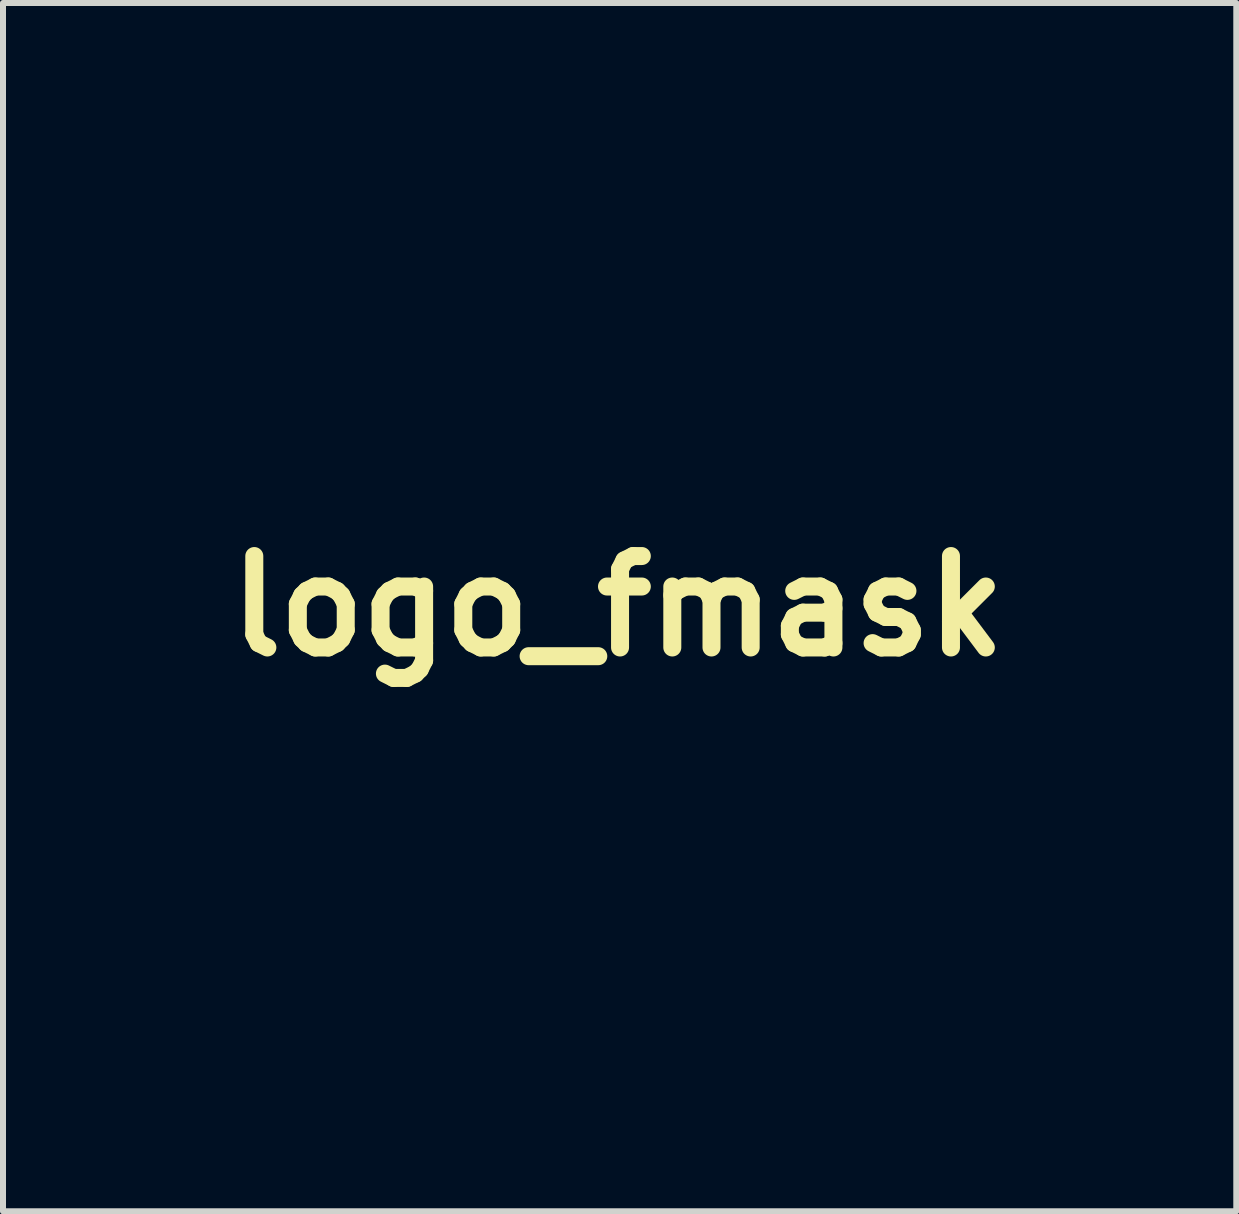
<source format=kicad_pcb>
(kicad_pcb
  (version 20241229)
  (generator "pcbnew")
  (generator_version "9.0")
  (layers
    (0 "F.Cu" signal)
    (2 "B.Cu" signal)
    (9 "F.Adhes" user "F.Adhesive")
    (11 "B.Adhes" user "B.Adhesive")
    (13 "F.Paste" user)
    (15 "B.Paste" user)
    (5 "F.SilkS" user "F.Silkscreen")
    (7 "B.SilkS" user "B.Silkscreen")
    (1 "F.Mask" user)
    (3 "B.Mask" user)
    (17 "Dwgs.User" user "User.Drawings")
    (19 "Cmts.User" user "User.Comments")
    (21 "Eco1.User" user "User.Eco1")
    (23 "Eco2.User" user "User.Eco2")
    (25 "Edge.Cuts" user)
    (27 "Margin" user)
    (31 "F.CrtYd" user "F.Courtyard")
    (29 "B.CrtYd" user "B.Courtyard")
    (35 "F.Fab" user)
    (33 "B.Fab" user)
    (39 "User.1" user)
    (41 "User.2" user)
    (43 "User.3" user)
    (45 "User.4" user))
  (footprint "logo_fmask"
    (layer "F.Cu")
    (at 7.248 7.052)
    (property "Reference" "logo_fmask" (at 0 0 0) (layer "F.SilkS") (effects (font (size 1.524 1.524) (thickness 0.3))))
    (attr through_hole)
    (fp_poly (pts (xy 4.318 2.794) (xy -4.318 2.794) (xy -4.318 2.095) (xy 4.318 2.095) (xy 4.318 2.794)) (stroke (width 0.01) (type solid)) (fill yes) (layer "F.Mask"))
    (fp_poly (pts (xy 4.381 -1.651) (xy -4.318 -1.651) (xy -4.318 -2.349) (xy 4.381 -2.349) (xy 4.381 -1.651)) (stroke (width 0.01) (type solid)) (fill yes) (layer "F.Mask"))
    (fp_poly (pts (xy 4.381 -0.572) (xy -4.255 -0.572) (xy -4.255 -1.27) (xy 4.381 -1.27) (xy 4.381 -0.572)) (stroke (width 0.01) (type solid)) (fill yes) (layer "F.Mask"))
    (fp_poly (pts (xy 4.381 0.635) (xy -4.318 0.635) (xy -4.318 -0.127) (xy 4.381 -0.127) (xy 4.381 0.635)) (stroke (width 0.01) (type solid)) (fill yes) (layer "F.Mask"))
    (fp_poly (pts (xy 4.381 1.651) (xy -4.318 1.651) (xy -4.318 0.953) (xy 4.381 0.953) (xy 4.381 1.651)) (stroke (width 0.01) (type solid)) (fill yes) (layer "F.Mask"))
    (fp_poly (pts (xy -5.016 5.905) (xy -4.381 5.905) (xy -4.381 5.207) (xy -3.873 5.207) (xy -3.873 7.048) (xy -4.381 7.048) (xy -4.381 6.35) (xy -5.016 6.35) (xy -5.016 7.048) (xy -5.524 7.048) (xy -5.524 5.207) (xy -5.016 5.207) (xy -5.016 5.905)) (stroke (width 0.01) (type solid)) (fill yes) (layer "F.Mask"))
    (fp_poly (pts (xy -5.652 5.397) (xy -5.662 5.52) (xy -5.716 5.574) (xy -5.851 5.588) (xy -5.905 5.588) (xy -6.16 5.588) (xy -6.16 7.048) (xy -6.604 7.048) (xy -6.604 5.588) (xy -6.858 5.588) (xy -7.021 5.58) (xy -7.093 5.54) (xy -7.112 5.438) (xy -7.112 5.397) (xy -7.112 5.207) (xy -5.652 5.207) (xy -5.652 5.397)) (stroke (width 0.01) (type solid)) (fill yes) (layer "F.Mask"))
    (fp_poly (pts (xy 0.135 -5.302) (xy 0.321 -5.245) (xy 0.602 -5.154) (xy 0.965 -5.032) (xy 1.398 -4.884) (xy 1.888 -4.713) (xy 2.423 -4.524) (xy 2.889 -4.358) (xy 5.62 -3.381) (xy 5.636 0.278) (xy 5.653 3.937) (xy -5.524 3.937) (xy -5.523 -2.731) (xy -4.636 -2.731) (xy -4.636 3.175) (xy 4.699 3.175) (xy 4.699 -2.731) (xy -4.636 -2.731) (xy -5.523 -2.731) (xy -5.523 -3.397) (xy -2.786 -4.35) (xy -2.221 -4.546) (xy -1.692 -4.729) (xy -1.209 -4.895) (xy -0.787 -5.04) (xy -0.436 -5.159) (xy -0.17 -5.248) (xy -0.002 -5.302) (xy 0.055 -5.319) (xy 0.135 -5.302)) (stroke (width 0.01) (type solid)) (fill yes) (layer "F.Mask"))
    (fp_poly (pts (xy 7.239 5.397) (xy 7.231 5.515) (xy 7.183 5.57) (xy 7.061 5.587) (xy 6.953 5.588) (xy 6.777 5.595) (xy 6.693 5.627) (xy 6.669 5.704) (xy 6.668 5.747) (xy 6.679 5.845) (xy 6.738 5.891) (xy 6.876 5.905) (xy 6.953 5.905) (xy 7.129 5.91) (xy 7.212 5.942) (xy 7.237 6.029) (xy 7.239 6.128) (xy 7.233 6.264) (xy 7.192 6.329) (xy 7.08 6.349) (xy 6.953 6.35) (xy 6.777 6.357) (xy 6.693 6.389) (xy 6.669 6.466) (xy 6.668 6.509) (xy 6.678 6.603) (xy 6.73 6.65) (xy 6.858 6.666) (xy 6.985 6.668) (xy 7.173 6.672) (xy 7.267 6.697) (xy 7.299 6.764) (xy 7.303 6.858) (xy 7.303 7.048) (xy 6.16 7.048) (xy 6.16 5.207) (xy 7.239 5.207) (xy 7.239 5.397)) (stroke (width 0.01) (type solid)) (fill yes) (layer "F.Mask"))
    (fp_poly (pts (xy -2.603 5.397) (xy -2.61 5.51) (xy -2.653 5.567) (xy -2.764 5.586) (xy -2.921 5.588) (xy -3.109 5.593) (xy -3.203 5.619) (xy -3.235 5.683) (xy -3.239 5.747) (xy -3.227 5.845) (xy -3.168 5.891) (xy -3.03 5.905) (xy -2.953 5.905) (xy -2.777 5.91) (xy -2.694 5.942) (xy -2.669 6.029) (xy -2.667 6.128) (xy -2.673 6.264) (xy -2.714 6.329) (xy -2.826 6.349) (xy -2.953 6.35) (xy -3.129 6.357) (xy -3.213 6.389) (xy -3.237 6.466) (xy -3.239 6.509) (xy -3.229 6.6) (xy -3.182 6.647) (xy -3.064 6.665) (xy -2.889 6.668) (xy -2.69 6.671) (xy -2.586 6.692) (xy -2.546 6.747) (xy -2.54 6.855) (xy -2.54 6.858) (xy -2.54 7.048) (xy -3.683 7.048) (xy -3.683 5.207) (xy -2.603 5.207) (xy -2.603 5.397)) (stroke (width 0.01) (type solid)) (fill yes) (layer "F.Mask"))
    (fp_poly (pts (xy 3.656 -5.809) (xy 4.302 -5.588) (xy 4.912 -5.379) (xy 5.475 -5.186) (xy 5.981 -5.013) (xy 6.419 -4.864) (xy 6.778 -4.741) (xy 7.049 -4.65) (xy 7.22 -4.592) (xy 7.282 -4.572) (xy 7.289 -4.512) (xy 7.296 -4.349) (xy 7.3 -4.105) (xy 7.302 -3.803) (xy 7.303 -3.715) (xy 7.303 -2.857) (xy 6.477 -2.857) (xy 6.477 -3.39) (xy 6.473 -3.659) (xy 6.458 -3.826) (xy 6.426 -3.92) (xy 6.373 -3.964) (xy 6.366 -3.968) (xy 6.286 -3.996) (xy 6.097 -4.061) (xy 5.811 -4.159) (xy 5.441 -4.285) (xy 4.997 -4.436) (xy 4.491 -4.608) (xy 3.936 -4.796) (xy 3.343 -4.997) (xy 3.153 -5.061) (xy 0.052 -6.111) (xy -3.149 -5.011) (xy -6.35 -3.911) (xy -6.35 -2.794) (xy -7.243 -2.794) (xy -7.225 -3.657) (xy -7.207 -4.52) (xy -3.578 -5.784) (xy 0.051 -7.047) (xy 3.656 -5.809)) (stroke (width 0.01) (type solid)) (fill yes) (layer "F.Mask"))
    (fp_poly (pts (xy -1.199 5.2) (xy -1.05 5.233) (xy -0.977 5.307) (xy -0.954 5.435) (xy -0.953 5.495) (xy -0.96 5.638) (xy -1.001 5.682) (xy -1.105 5.654) (xy -1.115 5.65) (xy -1.342 5.598) (xy -1.574 5.599) (xy -1.756 5.652) (xy -1.784 5.669) (xy -1.945 5.855) (xy -2.018 6.072) (xy -2.007 6.291) (xy -1.92 6.483) (xy -1.764 6.618) (xy -1.551 6.668) (xy -1.403 6.655) (xy -1.343 6.599) (xy -1.333 6.509) (xy -1.354 6.395) (xy -1.441 6.354) (xy -1.524 6.35) (xy -1.659 6.334) (xy -1.709 6.26) (xy -1.714 6.16) (xy -1.714 5.969) (xy -0.889 5.969) (xy -0.889 6.47) (xy -0.894 6.735) (xy -0.913 6.897) (xy -0.95 6.983) (xy -0.99 7.01) (xy -1.175 7.053) (xy -1.423 7.077) (xy -1.679 7.081) (xy -1.885 7.061) (xy -1.929 7.05) (xy -2.197 6.902) (xy -2.392 6.667) (xy -2.503 6.367) (xy -2.516 6.027) (xy -2.507 5.964) (xy -2.397 5.646) (xy -2.191 5.407) (xy -1.897 5.253) (xy -1.526 5.191) (xy -1.449 5.19) (xy -1.199 5.2)) (stroke (width 0.01) (type solid)) (fill yes) (layer "F.Mask"))
    (fp_poly (pts (xy 0.366 5.223) (xy 0.381 5.232) (xy 0.401 5.299) (xy 0.456 5.465) (xy 0.539 5.707) (xy 0.642 6.004) (xy 0.695 6.156) (xy 1.009 7.048) (xy 0.735 7.048) (xy 0.561 7.041) (xy 0.473 7) (xy 0.432 6.903) (xy 0.422 6.858) (xy 0.39 6.744) (xy 0.329 6.688) (xy 0.201 6.669) (xy 0.073 6.668) (xy -0.114 6.673) (xy -0.212 6.704) (xy -0.258 6.78) (xy -0.276 6.858) (xy -0.314 6.981) (xy -0.388 7.035) (xy -0.541 7.048) (xy -0.57 7.048) (xy -0.73 7.038) (xy -0.819 7.01) (xy -0.826 6.999) (xy -0.805 6.924) (xy -0.748 6.753) (xy -0.663 6.508) (xy -0.561 6.222) (xy -0.056 6.222) (xy -0.018 6.277) (xy 0.078 6.287) (xy 0.176 6.279) (xy 0.209 6.233) (xy 0.19 6.114) (xy 0.169 6.033) (xy 0.11 5.872) (xy 0.053 5.838) (xy -0.000467 5.931) (xy -0.038 6.082) (xy -0.056 6.222) (xy -0.561 6.222) (xy -0.558 6.213) (xy -0.515 6.094) (xy -0.204 5.239) (xy 0.089 5.219) (xy 0.261 5.214) (xy 0.366 5.223)) (stroke (width 0.01) (type solid)) (fill yes) (layer "F.Mask"))
    (fp_poly (pts (xy 5.683 5.198) (xy 5.847 5.234) (xy 5.924 5.299) (xy 5.953 5.432) (xy 5.957 5.486) (xy 5.964 5.642) (xy 5.938 5.698) (xy 5.867 5.683) (xy 5.862 5.681) (xy 5.726 5.642) (xy 5.533 5.609) (xy 5.48 5.603) (xy 5.286 5.6) (xy 5.149 5.653) (xy 5.051 5.738) (xy 4.923 5.938) (xy 4.89 6.161) (xy 4.941 6.375) (xy 5.065 6.549) (xy 5.252 6.652) (xy 5.37 6.668) (xy 5.519 6.655) (xy 5.579 6.599) (xy 5.588 6.509) (xy 5.567 6.395) (xy 5.48 6.354) (xy 5.397 6.35) (xy 5.263 6.334) (xy 5.213 6.26) (xy 5.207 6.16) (xy 5.207 5.969) (xy 6.032 5.969) (xy 6.032 6.47) (xy 6.027 6.735) (xy 6.008 6.897) (xy 5.971 6.983) (xy 5.932 7.01) (xy 5.739 7.054) (xy 5.481 7.078) (xy 5.217 7.079) (xy 5.005 7.054) (xy 4.974 7.046) (xy 4.717 6.907) (xy 4.531 6.686) (xy 4.422 6.41) (xy 4.396 6.107) (xy 4.459 5.803) (xy 4.616 5.525) (xy 4.641 5.496) (xy 4.886 5.308) (xy 5.204 5.201) (xy 5.563 5.183) (xy 5.683 5.198)) (stroke (width 0.01) (type solid)) (fill yes) (layer "F.Mask"))
    (fp_poly (pts (xy 3.615 5.221) (xy 3.897 5.239) (xy 4.198 6.064) (xy 4.309 6.371) (xy 4.402 6.638) (xy 4.469 6.841) (xy 4.502 6.956) (xy 4.504 6.969) (xy 4.449 7.026) (xy 4.283 7.048) (xy 4.261 7.048) (xy 4.093 7.036) (xy 4.002 6.978) (xy 3.947 6.858) (xy 3.892 6.739) (xy 3.81 6.683) (xy 3.656 6.668) (xy 3.597 6.668) (xy 3.417 6.676) (xy 3.32 6.719) (xy 3.262 6.818) (xy 3.248 6.858) (xy 3.182 7.048) (xy 2.119 7.048) (xy 1.983 6.807) (xy 1.866 6.625) (xy 1.744 6.474) (xy 1.717 6.448) (xy 1.644 6.387) (xy 1.605 6.388) (xy 1.59 6.473) (xy 1.588 6.662) (xy 1.587 6.689) (xy 1.587 7.048) (xy 1.079 7.048) (xy 1.079 5.81) (xy 1.587 5.81) (xy 1.604 5.975) (xy 1.663 6.024) (xy 1.781 5.965) (xy 1.838 5.921) (xy 1.933 5.791) (xy 1.921 5.671) (xy 1.813 5.597) (xy 1.739 5.588) (xy 1.636 5.606) (xy 1.594 5.684) (xy 1.587 5.81) (xy 1.079 5.81) (xy 1.079 5.207) (xy 1.553 5.207) (xy 1.809 5.217) (xy 2.033 5.242) (xy 2.18 5.277) (xy 2.185 5.279) (xy 2.341 5.413) (xy 2.422 5.61) (xy 2.424 5.83) (xy 2.345 6.033) (xy 2.249 6.137) (xy 2.208 6.189) (xy 2.215 6.268) (xy 2.278 6.401) (xy 2.395 6.594) (xy 2.517 6.783) (xy 2.614 6.922) (xy 2.666 6.982) (xy 2.668 6.982) (xy 2.699 6.927) (xy 2.764 6.772) (xy 2.855 6.539) (xy 2.962 6.248) (xy 2.962 6.248) (xy 3.446 6.248) (xy 3.493 6.282) (xy 3.588 6.287) (xy 3.707 6.268) (xy 3.747 6.232) (xy 3.727 6.141) (xy 3.68 5.988) (xy 3.672 5.965) (xy 3.598 5.751) (xy 3.518 5.971) (xy 3.456 6.154) (xy 3.446 6.248) (xy 2.962 6.248) (xy 3.017 6.094) (xy 3.334 5.203) (xy 3.615 5.221)) (stroke (width 0.01) (type solid)) (fill yes) (layer "F.Mask")))
  (gr_rect
    (start -3 -3)
    (end 17.555 17.138)
    (stroke (width 0.1) (type default))
    (fill no)
    (layer "Edge.Cuts")))
</source>
